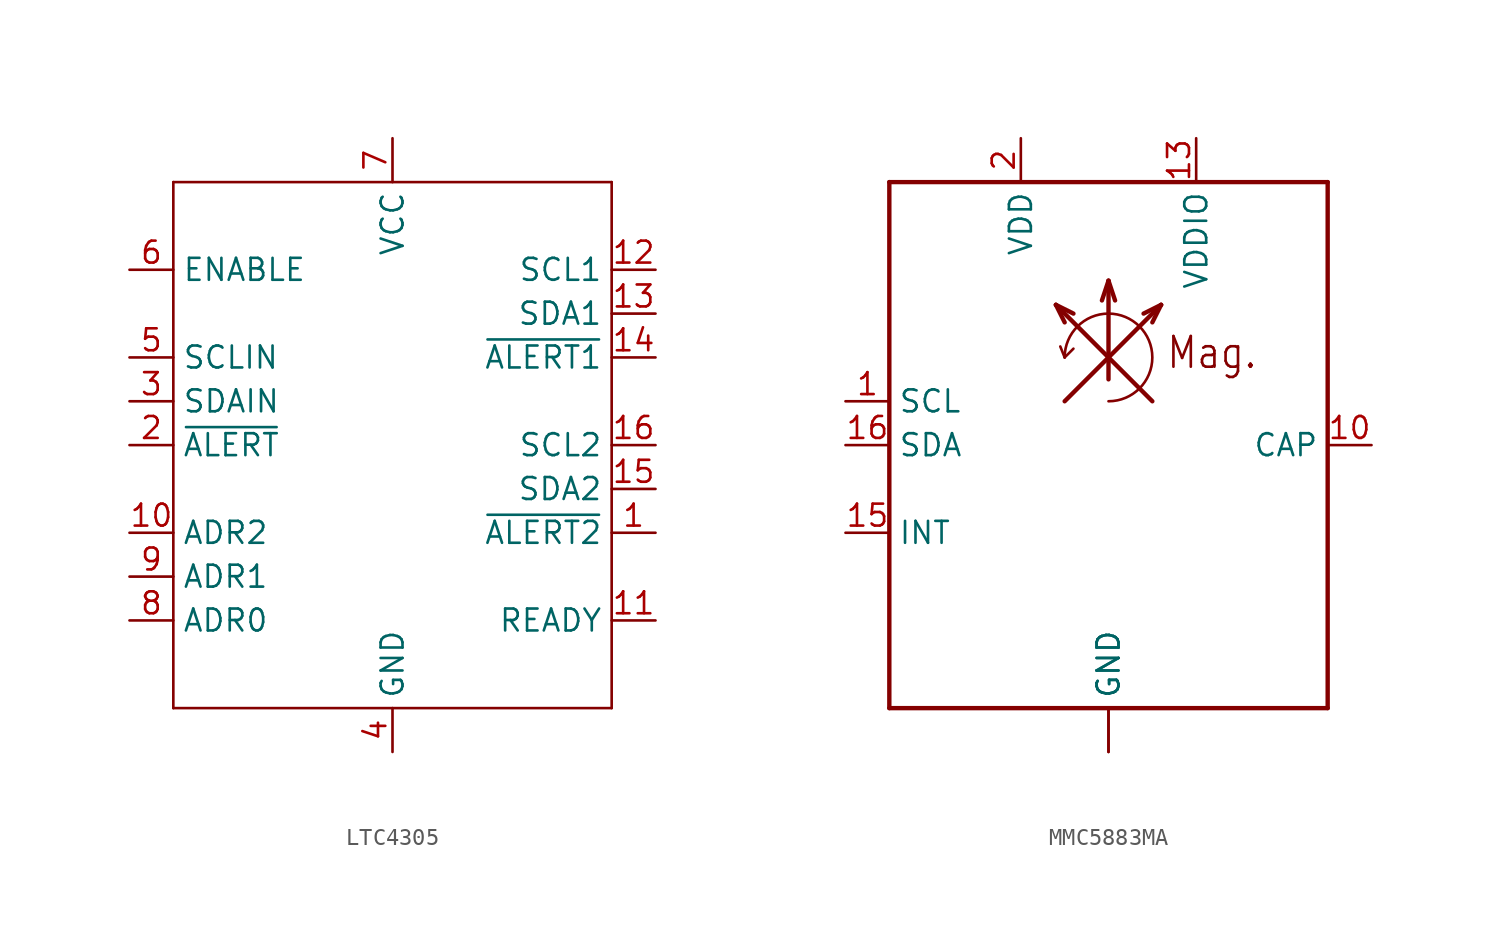
<source format=kicad_sym>
(kicad_symbol_lib
  (version 20231120)
  (generator "kicad_symbol_editor")
  (generator_version "8.0")
  (symbol "LTC4305"
    (property "Reference" ""
      (at -12.7 20.32 0)
      (effects (font (size 1.778 1.511)) (justify left bottom) (hide yes)))
    (property "ki_locked" ""
      (at 0 0 0)
      (effects (font (size 1.27 1.27))))
    (symbol "LTC4305_1_0"
      (polyline (pts (xy -12.7 -15.24) (xy 12.7 -15.24)) (stroke (width 0.152) (type solid)) (fill (type none)))
      (polyline (pts (xy -12.7 15.24) (xy -12.7 -15.24)) (stroke (width 0.152) (type solid)) (fill (type none)))
      (polyline (pts (xy 12.7 -15.24) (xy 12.7 15.24)) (stroke (width 0.152) (type solid)) (fill (type none)))
      (polyline (pts (xy 12.7 15.24) (xy -12.7 15.24)) (stroke (width 0.152) (type solid)) (fill (type none)))
      (pin input line (at 15.24 -5.08 180) (length 2.54) (name "~{ALERT2}" (effects (font (size 1.27 1.27)))) (number "1" (effects (font (size 1.27 1.27)))))
      (pin input line (at -15.24 -5.08 0) (length 2.54) (name "ADR2" (effects (font (size 1.27 1.27)))) (number "10" (effects (font (size 1.27 1.27)))))
      (pin output line (at 15.24 -10.16 180) (length 2.54) (name "READY" (effects (font (size 1.27 1.27)))) (number "11" (effects (font (size 1.27 1.27)))))
      (pin bidirectional line (at 15.24 10.16 180) (length 2.54) (name "SCL1" (effects (font (size 1.27 1.27)))) (number "12" (effects (font (size 1.27 1.27)))))
      (pin bidirectional line (at 15.24 7.62 180) (length 2.54) (name "SDA1" (effects (font (size 1.27 1.27)))) (number "13" (effects (font (size 1.27 1.27)))))
      (pin input line (at 15.24 5.08 180) (length 2.54) (name "~{ALERT1}" (effects (font (size 1.27 1.27)))) (number "14" (effects (font (size 1.27 1.27)))))
      (pin bidirectional line (at 15.24 -2.54 180) (length 2.54) (name "SDA2" (effects (font (size 1.27 1.27)))) (number "15" (effects (font (size 1.27 1.27)))))
      (pin bidirectional line (at 15.24 0 180) (length 2.54) (name "SCL2" (effects (font (size 1.27 1.27)))) (number "16" (effects (font (size 1.27 1.27)))))
      (pin output line (at -15.24 0 0) (length 2.54) (name "~{ALERT}" (effects (font (size 1.27 1.27)))) (number "2" (effects (font (size 1.27 1.27)))))
      (pin bidirectional line (at -15.24 2.54 0) (length 2.54) (name "SDAIN" (effects (font (size 1.27 1.27)))) (number "3" (effects (font (size 1.27 1.27)))))
      (pin power_in line (at 0 -17.78 90) (length 2.54) (name "GND" (effects (font (size 1.27 1.27)))) (number "4" (effects (font (size 1.27 1.27)))))
      (pin bidirectional line (at -15.24 5.08 0) (length 2.54) (name "SCLIN" (effects (font (size 1.27 1.27)))) (number "5" (effects (font (size 1.27 1.27)))))
      (pin input line (at -15.24 10.16 0) (length 2.54) (name "ENABLE" (effects (font (size 1.27 1.27)))) (number "6" (effects (font (size 1.27 1.27)))))
      (pin power_in line (at 0 17.78 270) (length 2.54) (name "VCC" (effects (font (size 1.27 1.27)))) (number "7" (effects (font (size 1.27 1.27)))))
      (pin input line (at -15.24 -10.16 0) (length 2.54) (name "ADR0" (effects (font (size 1.27 1.27)))) (number "8" (effects (font (size 1.27 1.27)))))
      (pin input line (at -15.24 -7.62 0) (length 2.54) (name "ADR1" (effects (font (size 1.27 1.27)))) (number "9" (effects (font (size 1.27 1.27)))))))
  (symbol "MMC5883MA"
    (property "Reference" ""
      (at -12.7 22.86 0)
      (effects (font (size 1.778 1.511)) (justify left bottom) (hide yes)))
    (property "ki_locked" ""
      (at 0 0 0)
      (effects (font (size 1.27 1.27))))
    (symbol "MMC5883MA_1_0"
      (polyline (pts (xy -12.7 -15.24) (xy 12.7 -15.24)) (stroke (width 0.254) (type solid)) (fill (type none)))
      (polyline (pts (xy -12.7 15.24) (xy -12.7 -15.24)) (stroke (width 0.254) (type solid)) (fill (type none)))
      (polyline (pts (xy -3.048 8.128) (xy -2.54 7.112)) (stroke (width 0.254) (type solid)) (fill (type none)))
      (polyline (pts (xy -3.048 8.128) (xy -2.032 7.62)) (stroke (width 0.254) (type solid)) (fill (type none)))
      (polyline (pts (xy -3.048 8.128) (xy 2.54 2.54)) (stroke (width 0.254) (type solid)) (fill (type none)))
      (polyline (pts (xy -2.54 2.54) (xy 3.048 8.128)) (stroke (width 0.254) (type solid)) (fill (type none)))
      (polyline (pts (xy -2.54 5.08) (xy -2.794 5.715)) (stroke (width 0.152) (type solid)) (fill (type none)))
      (polyline (pts (xy -2.54 5.08) (xy -2.032 5.588)) (stroke (width 0.152) (type solid)) (fill (type none)))
      (polyline (pts (xy 0 3.81) (xy 0 9.525)) (stroke (width 0.254) (type solid)) (fill (type none)))
      (polyline (pts (xy 0 9.525) (xy -0.381 8.382)) (stroke (width 0.254) (type solid)) (fill (type none)))
      (polyline (pts (xy 0 9.525) (xy 0.381 8.382)) (stroke (width 0.254) (type solid)) (fill (type none)))
      (polyline (pts (xy 3.048 8.128) (xy 2.032 7.62)) (stroke (width 0.254) (type solid)) (fill (type none)))
      (polyline (pts (xy 3.048 8.128) (xy 2.54 7.112)) (stroke (width 0.254) (type solid)) (fill (type none)))
      (polyline (pts (xy 12.7 -15.24) (xy 12.7 15.24)) (stroke (width 0.254) (type solid)) (fill (type none)))
      (polyline (pts (xy 12.7 15.24) (xy -12.7 15.24)) (stroke (width 0.254) (type solid)) (fill (type none)))
      (arc (start 0 2.54) (mid 1.7961 6.8761) (end -2.54 5.08) (stroke (width 0.1524) (type solid)) (fill (type none)))
      (text "Mag." (at 3.302 4.318 0) (effects (font (size 1.778 1.511)) (justify left bottom)))
      (pin input line (at -15.24 2.54 0) (length 2.54) (name "SCL" (effects (font (size 1.27 1.27)))) (number "1" (effects (font (size 1.27 1.27)))))
      (pin power_in line (at 15.24 0 180) (length 2.54) (name "CAP" (effects (font (size 1.27 1.27)))) (number "10" (effects (font (size 1.27 1.27)))))
      (pin power_in line (at 0 -17.78 90) (length 2.54) (name "GND" (effects (font (size 1.27 1.27)))) (number "11" (effects (font (size 0 0)))))
      (pin power_in line (at 5.08 17.78 270) (length 2.54) (name "VDDIO" (effects (font (size 1.27 1.27)))) (number "13" (effects (font (size 1.27 1.27)))))
      (pin output line (at -15.24 -5.08 0) (length 2.54) (name "INT" (effects (font (size 1.27 1.27)))) (number "15" (effects (font (size 1.27 1.27)))))
      (pin bidirectional line (at -15.24 0 0) (length 2.54) (name "SDA" (effects (font (size 1.27 1.27)))) (number "16" (effects (font (size 1.27 1.27)))))
      (pin power_in line (at -5.08 17.78 270) (length 2.54) (name "VDD" (effects (font (size 1.27 1.27)))) (number "2" (effects (font (size 1.27 1.27)))))
      (pin power_in line (at 0 -17.78 90) (length 2.54) (name "GND" (effects (font (size 1.27 1.27)))) (number "9" (effects (font (size 0 0))))))))
</source>
